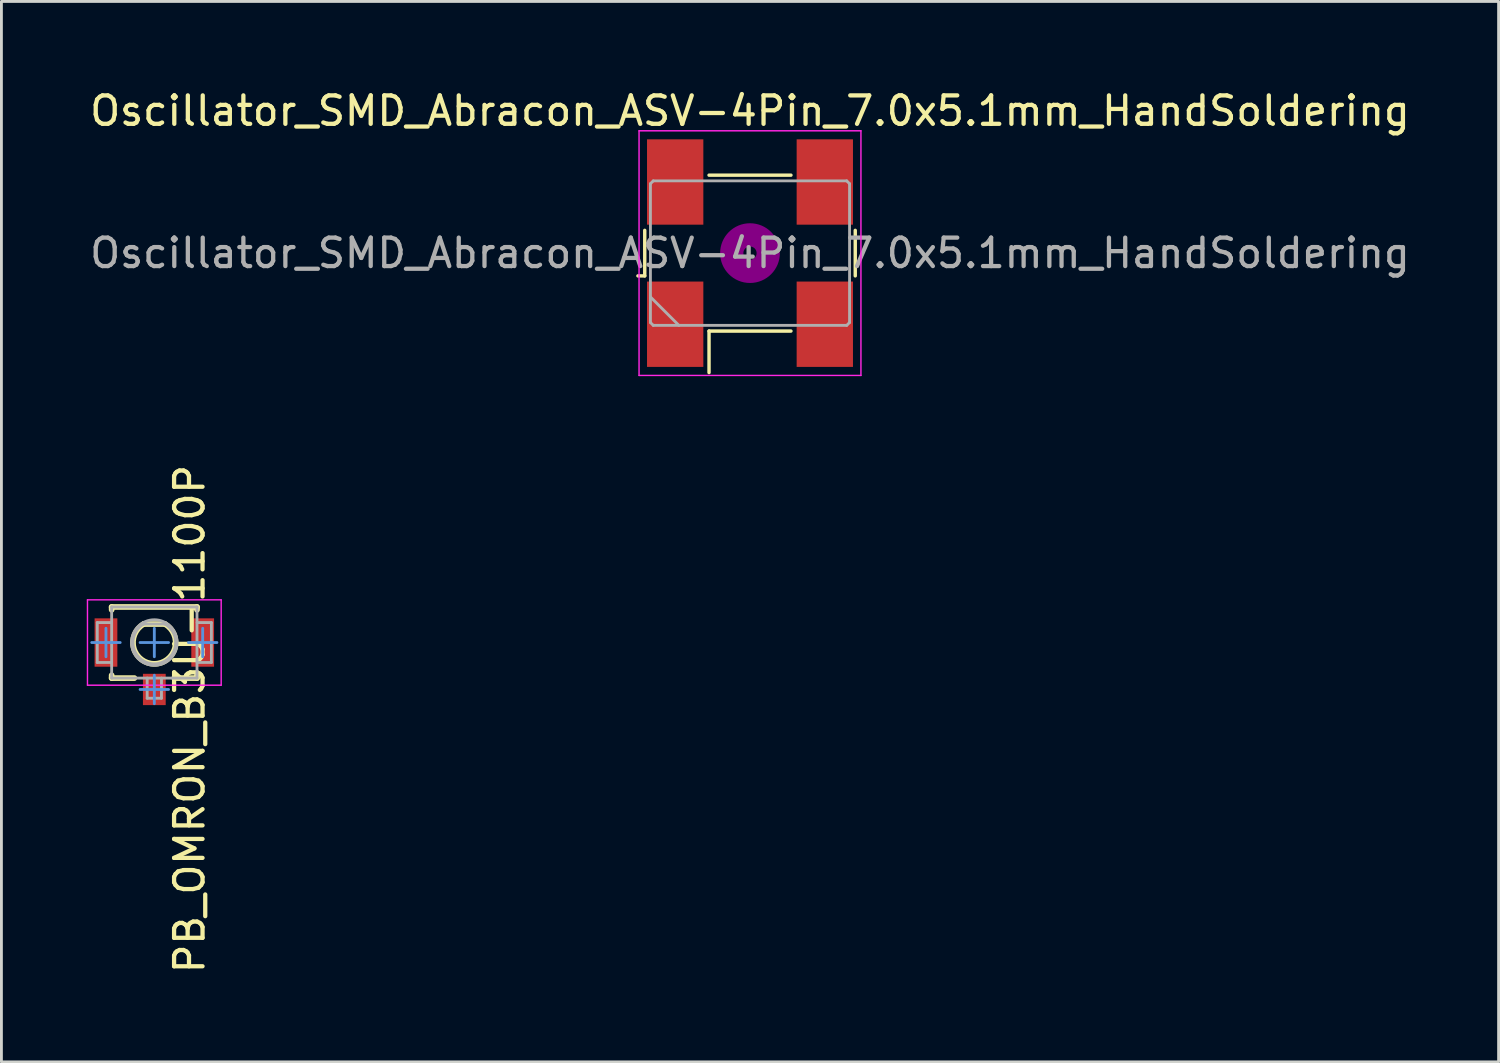
<source format=kicad_pcb>
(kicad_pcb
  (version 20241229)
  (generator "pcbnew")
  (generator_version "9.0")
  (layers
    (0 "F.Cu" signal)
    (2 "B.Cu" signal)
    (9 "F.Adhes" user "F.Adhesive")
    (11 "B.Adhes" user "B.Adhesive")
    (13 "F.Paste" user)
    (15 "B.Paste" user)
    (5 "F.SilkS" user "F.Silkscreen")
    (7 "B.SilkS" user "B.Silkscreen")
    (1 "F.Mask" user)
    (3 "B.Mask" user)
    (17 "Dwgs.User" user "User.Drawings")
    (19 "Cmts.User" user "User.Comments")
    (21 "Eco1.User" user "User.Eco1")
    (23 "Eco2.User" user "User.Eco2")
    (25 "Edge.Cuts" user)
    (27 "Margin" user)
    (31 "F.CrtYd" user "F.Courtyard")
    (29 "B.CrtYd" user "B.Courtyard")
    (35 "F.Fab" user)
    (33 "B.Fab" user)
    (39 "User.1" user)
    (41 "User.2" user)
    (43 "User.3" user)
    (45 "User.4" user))
  (footprint "PB_OMRON_B3U-1100P"
    (layer "F.Cu")
    (at 2.375 19.537)
    (property "Reference" "PB_OMRON_B3U-1100P" (at 1.24 2.69 90) (layer "F.SilkS") (effects (font (size 1 1) (thickness 0.15))))
    (attr smd)
    (fp_line (start -1.5 -1.25) (end -1.5 -1.15) (stroke (width 0.2) (type solid)) (layer "F.SilkS"))
    (fp_line (start -1.5 -1.25) (end 1.5 -1.25) (stroke (width 0.2) (type solid)) (layer "F.SilkS"))
    (fp_line (start -1.5 1.25) (end -1.5 1.15) (stroke (width 0.2) (type solid)) (layer "F.SilkS"))
    (fp_line (start -1.5 1.25) (end -0.7 1.25) (stroke (width 0.2) (type solid)) (layer "F.SilkS"))
    (fp_line (start -0.374 -0.65) (end 0.374 -0.65) (stroke (width 0.2) (type solid)) (layer "F.SilkS"))
    (fp_line (start 0.7 1.25) (end 1.5 1.25) (stroke (width 0.2) (type solid)) (layer "F.SilkS"))
    (fp_line (start 1.5 -1.15) (end 1.5 -1.25) (stroke (width 0.2) (type solid)) (layer "F.SilkS"))
    (fp_line (start 1.5 1.25) (end 1.5 1.15) (stroke (width 0.2) (type solid)) (layer "F.SilkS"))
    (fp_arc (start 0.374 -0.65) (mid 0.001107 0.749917) (end -0.375917 -0.648894) (stroke (width 0.2) (type solid)) (layer "F.SilkS"))
    (fp_line (start -2.2 0) (end -1.7 0) (stroke (width 0.1) (type solid)) (layer "Cmts.User"))
    (fp_line (start -1.7 0) (end -1.7 -0.5) (stroke (width 0.1) (type solid)) (layer "Cmts.User"))
    (fp_line (start -1.7 0) (end -1.2 0) (stroke (width 0.1) (type solid)) (layer "Cmts.User"))
    (fp_line (start -1.7 0.5) (end -1.7 0) (stroke (width 0.1) (type solid)) (layer "Cmts.User"))
    (fp_line (start -0.5 0) (end 0 0) (stroke (width 0.1) (type solid)) (layer "Cmts.User"))
    (fp_line (start -0.5 1.65) (end 0 1.65) (stroke (width 0.1) (type solid)) (layer "Cmts.User"))
    (fp_line (start 0 0) (end 0 -0.5) (stroke (width 0.1) (type solid)) (layer "Cmts.User"))
    (fp_line (start 0 0) (end 0.5 0) (stroke (width 0.1) (type solid)) (layer "Cmts.User"))
    (fp_line (start 0 0.5) (end 0 0) (stroke (width 0.1) (type solid)) (layer "Cmts.User"))
    (fp_line (start 0 1.65) (end 0 1.15) (stroke (width 0.1) (type solid)) (layer "Cmts.User"))
    (fp_line (start 0 1.65) (end 0.5 1.65) (stroke (width 0.1) (type solid)) (layer "Cmts.User"))
    (fp_line (start 0 2.15) (end 0 1.65) (stroke (width 0.1) (type solid)) (layer "Cmts.User"))
    (fp_line (start 1.2 0) (end 1.7 0) (stroke (width 0.1) (type solid)) (layer "Cmts.User"))
    (fp_line (start 1.7 0) (end 1.7 -0.5) (stroke (width 0.1) (type solid)) (layer "Cmts.User"))
    (fp_line (start 1.7 0) (end 2.2 0) (stroke (width 0.1) (type solid)) (layer "Cmts.User"))
    (fp_line (start 1.7 0.5) (end 1.7 0) (stroke (width 0.1) (type solid)) (layer "Cmts.User"))
    (fp_line (start -2.35 -1.5) (end 2.35 -1.5) (stroke (width 0.05) (type solid)) (layer "F.CrtYd"))
    (fp_line (start -2.35 1.5) (end -2.35 -1.5) (stroke (width 0.05) (type solid)) (layer "F.CrtYd"))
    (fp_line (start -2.35 1.5) (end 2.35 1.5) (stroke (width 0.05) (type solid)) (layer "F.CrtYd"))
    (fp_line (start 2.35 1.5) (end 2.35 -1.5) (stroke (width 0.05) (type solid)) (layer "F.CrtYd"))
    (fp_line (start -2.006 -0.701) (end -1.505 -0.701) (stroke (width 0.1) (type solid)) (layer "F.Fab"))
    (fp_line (start -2.006 0.701) (end -2.006 -0.701) (stroke (width 0.1) (type solid)) (layer "F.Fab"))
    (fp_line (start -2.006 0.701) (end -1.505 0.701) (stroke (width 0.1) (type solid)) (layer "F.Fab"))
    (fp_line (start -1.5 -1.25) (end 1.5 -1.25) (stroke (width 0.1) (type solid)) (layer "F.Fab"))
    (fp_line (start -1.5 1.25) (end -1.5 -1.25) (stroke (width 0.1) (type solid)) (layer "F.Fab"))
    (fp_line (start -1.5 1.25) (end 1.5 1.25) (stroke (width 0.1) (type solid)) (layer "F.Fab"))
    (fp_line (start -0.374 -0.65) (end 0.374 -0.65) (stroke (width 0.1) (type solid)) (layer "F.Fab"))
    (fp_line (start -0.251 1.959) (end -0.251 1.25) (stroke (width 0.1) (type solid)) (layer "F.Fab"))
    (fp_line (start -0.251 1.959) (end 0.251 1.959) (stroke (width 0.1) (type solid)) (layer "F.Fab"))
    (fp_line (start 0.251 1.959) (end 0.251 1.25) (stroke (width 0.1) (type solid)) (layer "F.Fab"))
    (fp_line (start 1.5 1.25) (end 1.5 -1.25) (stroke (width 0.1) (type solid)) (layer "F.Fab"))
    (fp_line (start 1.505 -0.701) (end 2.006 -0.701) (stroke (width 0.1) (type solid)) (layer "F.Fab"))
    (fp_line (start 1.505 0.701) (end 2.006 0.701) (stroke (width 0.1) (type solid)) (layer "F.Fab"))
    (fp_line (start 2.006 0.701) (end 2.006 -0.701) (stroke (width 0.1) (type solid)) (layer "F.Fab"))
    (fp_arc (start 0.374 -0.65) (mid 0.001107 0.749917) (end -0.375917 -0.648894) (stroke (width 0.1) (type solid)) (layer "F.Fab"))
    (fp_circle (center 0 0) (end 0.8 0) (stroke (width 0.1) (type solid)) (fill no) (layer "F.Fab"))
    (pad "1" smd rect (at -1.7 0) (size 0.8 1.7) (layers "F.Cu" "F.Mask" "F.Paste"))
    (pad "2" smd rect (at 1.7 0) (size 0.8 1.7) (layers "F.Cu" "F.Mask" "F.Paste"))
    (pad "3" smd rect (at 0 1.65) (size 0.8 1.1) (layers "F.Cu" "F.Mask" "F.Paste")))
  (footprint "Oscillator_SMD_Abracon_ASV-4Pin_7.0x5.1mm_HandSoldering"
    (layer "F.Cu")
    (at 23.315 5.848)
    (property "Reference" "Oscillator_SMD_Abracon_ASV-4Pin_7.0x5.1mm_HandSoldering" (at 0 -5 0) (layer "F.SilkS") (effects (font (size 1 1) (thickness 0.15))))
    (attr smd)
    (fp_line (start -3.94 0.8) (end -3.7 0.8) (stroke (width 0.12) (type solid)) (layer "F.SilkS"))
    (fp_line (start -3.7 0.8) (end -3.7 -0.8) (stroke (width 0.12) (type solid)) (layer "F.SilkS"))
    (fp_line (start -1.44 -2.74) (end 1.44 -2.74) (stroke (width 0.12) (type solid)) (layer "F.SilkS"))
    (fp_line (start -1.44 2.74) (end -1.44 4.2) (stroke (width 0.12) (type solid)) (layer "F.SilkS"))
    (fp_line (start 1.44 2.74) (end -1.44 2.74) (stroke (width 0.12) (type solid)) (layer "F.SilkS"))
    (fp_line (start 3.7 -0.8) (end 3.7 0.8) (stroke (width 0.12) (type solid)) (layer "F.SilkS"))
    (fp_circle (center 0 0) (end 0.233 0) (stroke (width 0.467) (type solid)) (fill no) (layer "F.Adhes"))
    (fp_circle (center 0 0) (end 0.533 0) (stroke (width 0.333) (type solid)) (fill no) (layer "F.Adhes"))
    (fp_circle (center 0 0) (end 0.833 0) (stroke (width 0.333) (type solid)) (fill no) (layer "F.Adhes"))
    (fp_circle (center 0 0) (end 1 0) (stroke (width 0.1) (type solid)) (fill no) (layer "F.Adhes"))
    (fp_line (start -3.9 -4.3) (end -3.9 4.3) (stroke (width 0.05) (type solid)) (layer "F.CrtYd"))
    (fp_line (start -3.9 4.3) (end 3.9 4.3) (stroke (width 0.05) (type solid)) (layer "F.CrtYd"))
    (fp_line (start 3.9 -4.3) (end -3.9 -4.3) (stroke (width 0.05) (type solid)) (layer "F.CrtYd"))
    (fp_line (start 3.9 4.3) (end 3.9 -4.3) (stroke (width 0.05) (type solid)) (layer "F.CrtYd"))
    (fp_line (start -3.5 -2.44) (end -3.4 -2.54) (stroke (width 0.1) (type solid)) (layer "F.Fab"))
    (fp_line (start -3.5 1.54) (end -2.5 2.54) (stroke (width 0.1) (type solid)) (layer "F.Fab"))
    (fp_line (start -3.5 2.44) (end -3.5 -2.44) (stroke (width 0.1) (type solid)) (layer "F.Fab"))
    (fp_line (start -3.4 -2.54) (end 3.4 -2.54) (stroke (width 0.1) (type solid)) (layer "F.Fab"))
    (fp_line (start -3.4 2.54) (end -3.5 2.44) (stroke (width 0.1) (type solid)) (layer "F.Fab"))
    (fp_line (start 3.4 -2.54) (end 3.5 -2.44) (stroke (width 0.1) (type solid)) (layer "F.Fab"))
    (fp_line (start 3.4 2.54) (end -3.4 2.54) (stroke (width 0.1) (type solid)) (layer "F.Fab"))
    (fp_line (start 3.5 -2.44) (end 3.5 2.44) (stroke (width 0.1) (type solid)) (layer "F.Fab"))
    (fp_line (start 3.5 2.44) (end 3.4 2.54) (stroke (width 0.1) (type solid)) (layer "F.Fab"))
    (fp_text user "${REFERENCE}" (at 0 0 0) (layer "F.Fab") (effects (font (size 1 1) (thickness 0.15))))
    (pad "1" smd rect (at -2.63 2.5) (size 1.98 3) (layers "F.Cu" "F.Mask" "F.Paste"))
    (pad "2" smd rect (at 2.63 2.5) (size 1.98 3) (layers "F.Cu" "F.Mask" "F.Paste"))
    (pad "3" smd rect (at 2.63 -2.5) (size 1.98 3) (layers "F.Cu" "F.Mask" "F.Paste"))
    (pad "4" smd rect (at -2.63 -2.5) (size 1.98 3) (layers "F.Cu" "F.Mask" "F.Paste")))
  (gr_rect
    (start -3 -3)
    (end 49.631 34.28)
    (stroke (width 0.1) (type default))
    (fill no)
    (layer "Edge.Cuts")))
</source>
